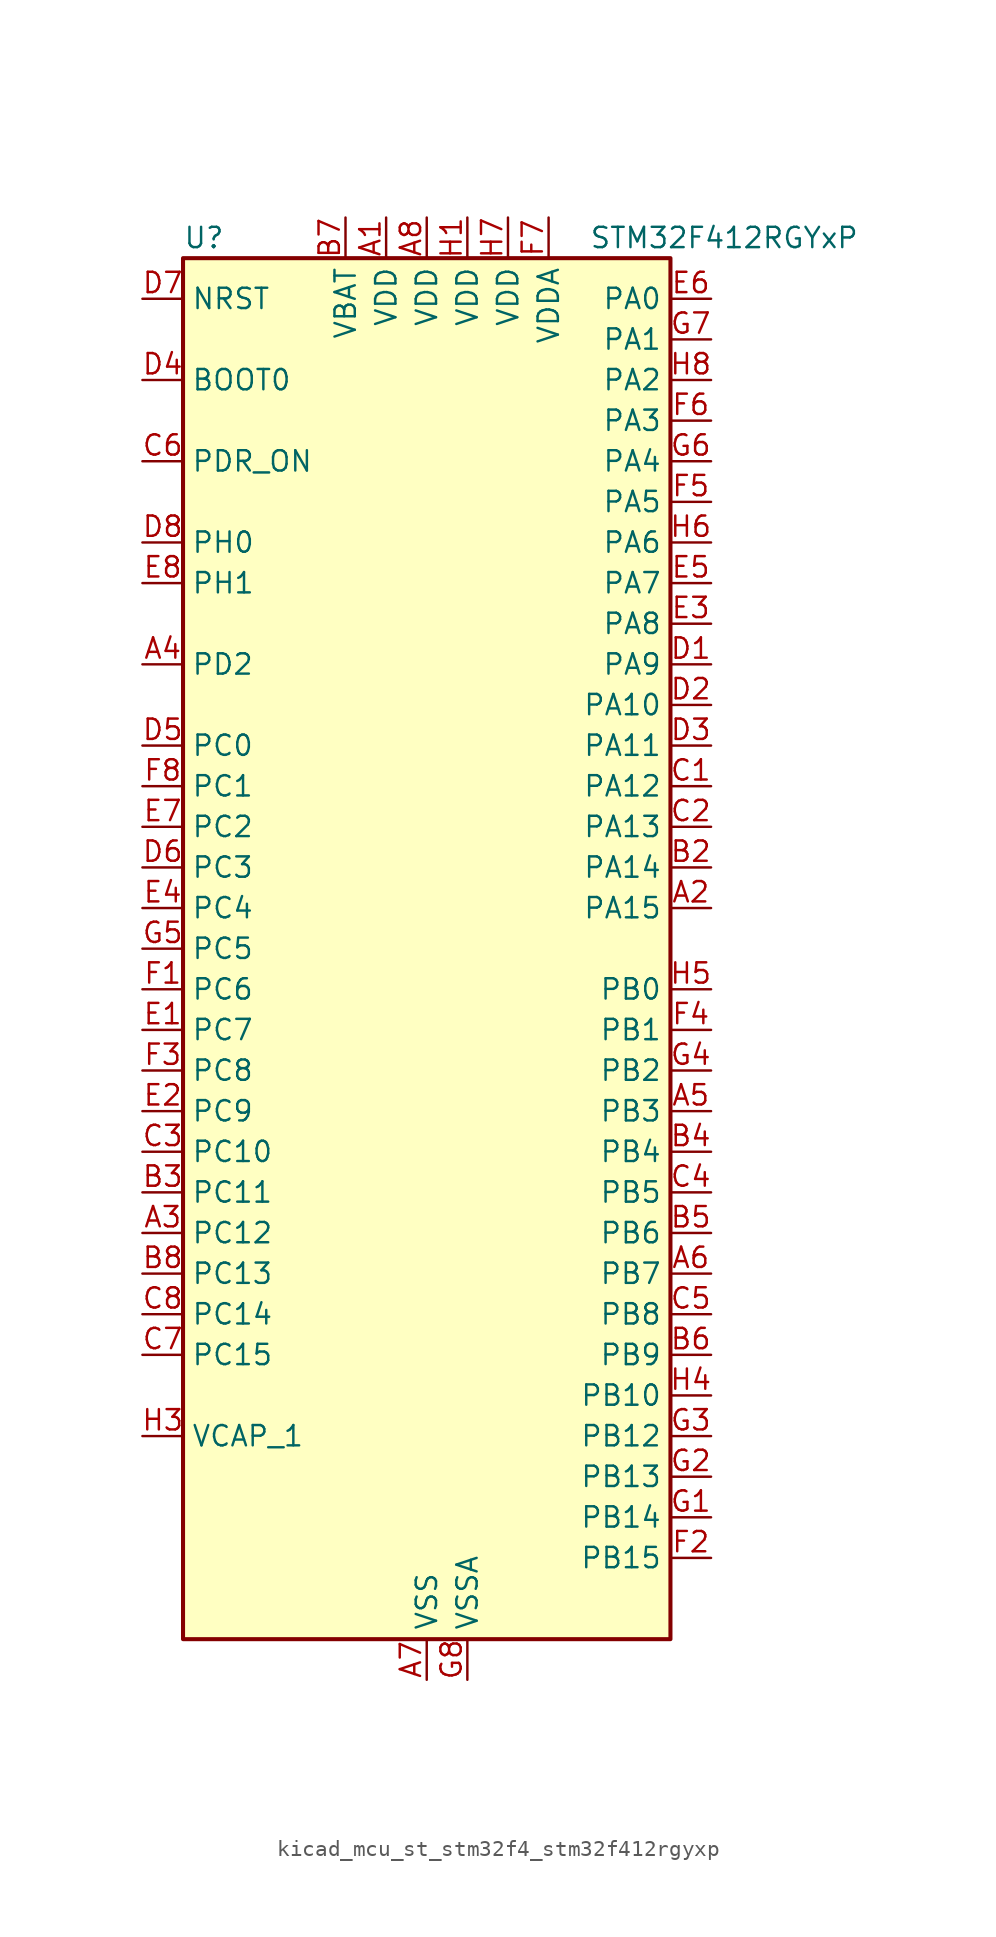
<source format=kicad_sym>
(kicad_symbol_lib
  (version 20220914)
  (generator kicad_symbol_editor)
  (symbol "kicad_mcu_st_stm32f4_stm32f412rgyxp"
    (property "Reference" "U"
      (at -15.24 44.45 0)
      (effects (font (size 1.27 1.27)) (justify left)))
    (property "Value" "STM32F412RGYxP"
      (at 10.16 44.45 0)
      (effects (font (size 1.27 1.27)) (justify left)))
    (property "ki_locked" ""
      (at 0 0 0)
      (effects (font (size 1.27 1.27))))
    (symbol "kicad_mcu_st_stm32f4_stm32f412rgyxp_0_1"
      (rectangle (start -15.24 -43.18) (end 15.24 43.18) (stroke (width 0.254) (type default)) (fill (type background))))
    (symbol "kicad_mcu_st_stm32f4_stm32f412rgyxp_1_1"
      (pin power_in line (at -2.54 45.72 270) (length 2.54) (name "VDD" (effects (font (size 1.27 1.27)))) (number "A1" (effects (font (size 1.27 1.27)))))
      (pin bidirectional line (at 17.78 2.54 180) (length 2.54) (name "PA15" (effects (font (size 1.27 1.27)))) (number "A2" (effects (font (size 1.27 1.27)))) (alternate "ADC1_EXTI15" bidirectional line) (alternate "I2S1_WS" bidirectional line) (alternate "I2S3_WS" bidirectional line) (alternate "SPI1_NSS" bidirectional line) (alternate "SPI3_NSS" bidirectional line) (alternate "SYS_JTDI" bidirectional line) (alternate "TIM2_CH1" bidirectional line) (alternate "TIM2_ETR" bidirectional line) (alternate "USART1_TX" bidirectional line))
      (pin bidirectional line (at -17.78 -17.78 0) (length 2.54) (name "PC12" (effects (font (size 1.27 1.27)))) (number "A3" (effects (font (size 1.27 1.27)))) (alternate "FSMC_D3" bidirectional line) (alternate "FSMC_DA3" bidirectional line) (alternate "I2S3_SD" bidirectional line) (alternate "SDIO_CK" bidirectional line) (alternate "SPI3_MOSI" bidirectional line) (alternate "USART3_CK" bidirectional line))
      (pin bidirectional line (at -17.78 17.78 0) (length 2.54) (name "PD2" (effects (font (size 1.27 1.27)))) (number "A4" (effects (font (size 1.27 1.27)))) (alternate "FSMC_NWE" bidirectional line) (alternate "SDIO_CMD" bidirectional line) (alternate "TIM3_ETR" bidirectional line))
      (pin bidirectional line (at 17.78 -10.16 180) (length 2.54) (name "PB3" (effects (font (size 1.27 1.27)))) (number "A5" (effects (font (size 1.27 1.27)))) (alternate "FMPI2C1_SDA" bidirectional line) (alternate "I2C2_SDA" bidirectional line) (alternate "I2S1_CK" bidirectional line) (alternate "I2S3_CK" bidirectional line) (alternate "SPI1_SCK" bidirectional line) (alternate "SPI3_SCK" bidirectional line) (alternate "SYS_JTDO-SWO" bidirectional line) (alternate "TIM2_CH2" bidirectional line) (alternate "USART1_RX" bidirectional line))
      (pin bidirectional line (at 17.78 -20.32 180) (length 2.54) (name "PB7" (effects (font (size 1.27 1.27)))) (number "A6" (effects (font (size 1.27 1.27)))) (alternate "FSMC_NL" bidirectional line) (alternate "I2C1_SDA" bidirectional line) (alternate "TIM4_CH2" bidirectional line) (alternate "USART1_RX" bidirectional line))
      (pin power_in line (at 0 -45.72 90) (length 2.54) (name "VSS" (effects (font (size 1.27 1.27)))) (number "A7" (effects (font (size 1.27 1.27)))))
      (pin power_in line (at 0 45.72 270) (length 2.54) (name "VDD" (effects (font (size 1.27 1.27)))) (number "A8" (effects (font (size 1.27 1.27)))))
      (pin passive line (at 0 -45.72 90) (length 2.54) hide (name "VSS" (effects (font (size 1.27 1.27)))) (number "B1" (effects (font (size 1.27 1.27)))))
      (pin bidirectional line (at 17.78 5.08 180) (length 2.54) (name "PA14" (effects (font (size 1.27 1.27)))) (number "B2" (effects (font (size 1.27 1.27)))) (alternate "SYS_JTCK-SWCLK" bidirectional line))
      (pin bidirectional line (at -17.78 -15.24 0) (length 2.54) (name "PC11" (effects (font (size 1.27 1.27)))) (number "B3" (effects (font (size 1.27 1.27)))) (alternate "ADC1_EXTI11" bidirectional line) (alternate "FSMC_D2" bidirectional line) (alternate "FSMC_DA2" bidirectional line) (alternate "I2S3_ext_SD" bidirectional line) (alternate "QUADSPI_BK2_NCS" bidirectional line) (alternate "SDIO_D3" bidirectional line) (alternate "SPI3_MISO" bidirectional line) (alternate "USART3_RX" bidirectional line))
      (pin bidirectional line (at 17.78 -12.7 180) (length 2.54) (name "PB4" (effects (font (size 1.27 1.27)))) (number "B4" (effects (font (size 1.27 1.27)))) (alternate "I2C3_SDA" bidirectional line) (alternate "I2S3_ext_SD" bidirectional line) (alternate "SDIO_D0" bidirectional line) (alternate "SPI1_MISO" bidirectional line) (alternate "SPI3_MISO" bidirectional line) (alternate "SYS_JTRST" bidirectional line) (alternate "TIM3_CH1" bidirectional line))
      (pin bidirectional line (at 17.78 -17.78 180) (length 2.54) (name "PB6" (effects (font (size 1.27 1.27)))) (number "B5" (effects (font (size 1.27 1.27)))) (alternate "CAN2_TX" bidirectional line) (alternate "I2C1_SCL" bidirectional line) (alternate "QUADSPI_BK1_NCS" bidirectional line) (alternate "SDIO_D0" bidirectional line) (alternate "TIM4_CH1" bidirectional line) (alternate "USART1_TX" bidirectional line))
      (pin bidirectional line (at 17.78 -25.4 180) (length 2.54) (name "PB9" (effects (font (size 1.27 1.27)))) (number "B6" (effects (font (size 1.27 1.27)))) (alternate "CAN1_TX" bidirectional line) (alternate "I2C1_SDA" bidirectional line) (alternate "I2C2_SDA" bidirectional line) (alternate "I2S2_WS" bidirectional line) (alternate "SDIO_D5" bidirectional line) (alternate "SPI2_NSS" bidirectional line) (alternate "TIM11_CH1" bidirectional line) (alternate "TIM4_CH4" bidirectional line))
      (pin power_in line (at -5.08 45.72 270) (length 2.54) (name "VBAT" (effects (font (size 1.27 1.27)))) (number "B7" (effects (font (size 1.27 1.27)))))
      (pin bidirectional line (at -17.78 -20.32 0) (length 2.54) (name "PC13" (effects (font (size 1.27 1.27)))) (number "B8" (effects (font (size 1.27 1.27)))) (alternate "RTC_AF1" bidirectional line))
      (pin bidirectional line (at 17.78 10.16 180) (length 2.54) (name "PA12" (effects (font (size 1.27 1.27)))) (number "C1" (effects (font (size 1.27 1.27)))) (alternate "CAN1_TX" bidirectional line) (alternate "SPI5_MISO" bidirectional line) (alternate "TIM1_ETR" bidirectional line) (alternate "USART1_RTS" bidirectional line) (alternate "USART6_RX" bidirectional line) (alternate "USB_OTG_FS_DP" bidirectional line))
      (pin bidirectional line (at 17.78 7.62 180) (length 2.54) (name "PA13" (effects (font (size 1.27 1.27)))) (number "C2" (effects (font (size 1.27 1.27)))) (alternate "SYS_JTMS-SWDIO" bidirectional line))
      (pin bidirectional line (at -17.78 -12.7 0) (length 2.54) (name "PC10" (effects (font (size 1.27 1.27)))) (number "C3" (effects (font (size 1.27 1.27)))) (alternate "I2S3_CK" bidirectional line) (alternate "QUADSPI_BK1_IO1" bidirectional line) (alternate "SDIO_D2" bidirectional line) (alternate "SPI3_SCK" bidirectional line) (alternate "USART3_TX" bidirectional line))
      (pin bidirectional line (at 17.78 -15.24 180) (length 2.54) (name "PB5" (effects (font (size 1.27 1.27)))) (number "C4" (effects (font (size 1.27 1.27)))) (alternate "CAN2_RX" bidirectional line) (alternate "I2C1_SMBA" bidirectional line) (alternate "I2S1_SD" bidirectional line) (alternate "I2S3_SD" bidirectional line) (alternate "SDIO_D3" bidirectional line) (alternate "SPI1_MOSI" bidirectional line) (alternate "SPI3_MOSI" bidirectional line) (alternate "TIM3_CH2" bidirectional line))
      (pin bidirectional line (at 17.78 -22.86 180) (length 2.54) (name "PB8" (effects (font (size 1.27 1.27)))) (number "C5" (effects (font (size 1.27 1.27)))) (alternate "CAN1_RX" bidirectional line) (alternate "I2C1_SCL" bidirectional line) (alternate "I2C3_SDA" bidirectional line) (alternate "I2S5_SD" bidirectional line) (alternate "SDIO_D4" bidirectional line) (alternate "SPI5_MOSI" bidirectional line) (alternate "TIM10_CH1" bidirectional line) (alternate "TIM4_CH3" bidirectional line))
      (pin input line (at -17.78 30.48 0) (length 2.54) (name "PDR_ON" (effects (font (size 1.27 1.27)))) (number "C6" (effects (font (size 1.27 1.27)))))
      (pin bidirectional line (at -17.78 -25.4 0) (length 2.54) (name "PC15" (effects (font (size 1.27 1.27)))) (number "C7" (effects (font (size 1.27 1.27)))) (alternate "ADC1_EXTI15" bidirectional line) (alternate "RCC_OSC32_OUT" bidirectional line))
      (pin bidirectional line (at -17.78 -22.86 0) (length 2.54) (name "PC14" (effects (font (size 1.27 1.27)))) (number "C8" (effects (font (size 1.27 1.27)))) (alternate "RCC_OSC32_IN" bidirectional line))
      (pin bidirectional line (at 17.78 17.78 180) (length 2.54) (name "PA9" (effects (font (size 1.27 1.27)))) (number "D1" (effects (font (size 1.27 1.27)))) (alternate "I2C3_SMBA" bidirectional line) (alternate "SDIO_D2" bidirectional line) (alternate "TIM1_CH2" bidirectional line) (alternate "USART1_TX" bidirectional line) (alternate "USB_OTG_FS_VBUS" bidirectional line))
      (pin bidirectional line (at 17.78 15.24 180) (length 2.54) (name "PA10" (effects (font (size 1.27 1.27)))) (number "D2" (effects (font (size 1.27 1.27)))) (alternate "I2S5_SD" bidirectional line) (alternate "SPI5_MOSI" bidirectional line) (alternate "TIM1_CH3" bidirectional line) (alternate "USART1_RX" bidirectional line) (alternate "USB_OTG_FS_ID" bidirectional line))
      (pin bidirectional line (at 17.78 12.7 180) (length 2.54) (name "PA11" (effects (font (size 1.27 1.27)))) (number "D3" (effects (font (size 1.27 1.27)))) (alternate "ADC1_EXTI11" bidirectional line) (alternate "CAN1_RX" bidirectional line) (alternate "SPI4_MISO" bidirectional line) (alternate "TIM1_CH4" bidirectional line) (alternate "USART1_CTS" bidirectional line) (alternate "USART6_TX" bidirectional line) (alternate "USB_OTG_FS_DM" bidirectional line))
      (pin input line (at -17.78 35.56 0) (length 2.54) (name "BOOT0" (effects (font (size 1.27 1.27)))) (number "D4" (effects (font (size 1.27 1.27)))))
      (pin bidirectional line (at -17.78 12.7 0) (length 2.54) (name "PC0" (effects (font (size 1.27 1.27)))) (number "D5" (effects (font (size 1.27 1.27)))) (alternate "ADC1_IN10" bidirectional line) (alternate "SYS_WKUP2" bidirectional line))
      (pin bidirectional line (at -17.78 5.08 0) (length 2.54) (name "PC3" (effects (font (size 1.27 1.27)))) (number "D6" (effects (font (size 1.27 1.27)))) (alternate "ADC1_IN13" bidirectional line) (alternate "FSMC_A0" bidirectional line) (alternate "I2S2_SD" bidirectional line) (alternate "SPI2_MOSI" bidirectional line))
      (pin input line (at -17.78 40.64 0) (length 2.54) (name "NRST" (effects (font (size 1.27 1.27)))) (number "D7" (effects (font (size 1.27 1.27)))))
      (pin bidirectional line (at -17.78 25.4 0) (length 2.54) (name "PH0" (effects (font (size 1.27 1.27)))) (number "D8" (effects (font (size 1.27 1.27)))) (alternate "RCC_OSC_IN" bidirectional line))
      (pin bidirectional line (at -17.78 -5.08 0) (length 2.54) (name "PC7" (effects (font (size 1.27 1.27)))) (number "E1" (effects (font (size 1.27 1.27)))) (alternate "DFSDM1_DATIN3" bidirectional line) (alternate "FMPI2C1_SDA" bidirectional line) (alternate "I2S2_CK" bidirectional line) (alternate "I2S3_MCK" bidirectional line) (alternate "SDIO_D7" bidirectional line) (alternate "SPI2_SCK" bidirectional line) (alternate "TIM3_CH2" bidirectional line) (alternate "TIM8_CH2" bidirectional line) (alternate "USART6_RX" bidirectional line))
      (pin bidirectional line (at -17.78 -10.16 0) (length 2.54) (name "PC9" (effects (font (size 1.27 1.27)))) (number "E2" (effects (font (size 1.27 1.27)))) (alternate "I2C3_SDA" bidirectional line) (alternate "I2S_CKIN" bidirectional line) (alternate "QUADSPI_BK1_IO0" bidirectional line) (alternate "RCC_MCO_2" bidirectional line) (alternate "SDIO_D1" bidirectional line) (alternate "TIM3_CH4" bidirectional line) (alternate "TIM8_CH4" bidirectional line))
      (pin bidirectional line (at 17.78 20.32 180) (length 2.54) (name "PA8" (effects (font (size 1.27 1.27)))) (number "E3" (effects (font (size 1.27 1.27)))) (alternate "I2C3_SCL" bidirectional line) (alternate "RCC_MCO_1" bidirectional line) (alternate "SDIO_D1" bidirectional line) (alternate "TIM1_CH1" bidirectional line) (alternate "USART1_CK" bidirectional line) (alternate "USB_OTG_FS_SOF" bidirectional line))
      (pin bidirectional line (at -17.78 2.54 0) (length 2.54) (name "PC4" (effects (font (size 1.27 1.27)))) (number "E4" (effects (font (size 1.27 1.27)))) (alternate "ADC1_IN14" bidirectional line) (alternate "FSMC_NE4" bidirectional line) (alternate "I2S1_MCK" bidirectional line) (alternate "QUADSPI_BK2_IO2" bidirectional line))
      (pin bidirectional line (at 17.78 22.86 180) (length 2.54) (name "PA7" (effects (font (size 1.27 1.27)))) (number "E5" (effects (font (size 1.27 1.27)))) (alternate "ADC1_IN7" bidirectional line) (alternate "I2S1_SD" bidirectional line) (alternate "QUADSPI_BK2_IO1" bidirectional line) (alternate "SPI1_MOSI" bidirectional line) (alternate "TIM14_CH1" bidirectional line) (alternate "TIM1_CH1N" bidirectional line) (alternate "TIM3_CH2" bidirectional line) (alternate "TIM8_CH1N" bidirectional line))
      (pin bidirectional line (at 17.78 40.64 180) (length 2.54) (name "PA0" (effects (font (size 1.27 1.27)))) (number "E6" (effects (font (size 1.27 1.27)))) (alternate "ADC1_IN0" bidirectional line) (alternate "SYS_WKUP1" bidirectional line) (alternate "TIM2_CH1" bidirectional line) (alternate "TIM2_ETR" bidirectional line) (alternate "TIM5_CH1" bidirectional line) (alternate "TIM8_ETR" bidirectional line) (alternate "USART2_CTS" bidirectional line))
      (pin bidirectional line (at -17.78 7.62 0) (length 2.54) (name "PC2" (effects (font (size 1.27 1.27)))) (number "E7" (effects (font (size 1.27 1.27)))) (alternate "ADC1_IN12" bidirectional line) (alternate "DFSDM1_CKOUT" bidirectional line) (alternate "FSMC_NWE" bidirectional line) (alternate "I2S2_ext_SD" bidirectional line) (alternate "SPI2_MISO" bidirectional line))
      (pin bidirectional line (at -17.78 22.86 0) (length 2.54) (name "PH1" (effects (font (size 1.27 1.27)))) (number "E8" (effects (font (size 1.27 1.27)))) (alternate "RCC_OSC_OUT" bidirectional line))
      (pin bidirectional line (at -17.78 -2.54 0) (length 2.54) (name "PC6" (effects (font (size 1.27 1.27)))) (number "F1" (effects (font (size 1.27 1.27)))) (alternate "DFSDM1_CKIN3" bidirectional line) (alternate "FMPI2C1_SCL" bidirectional line) (alternate "FSMC_D1" bidirectional line) (alternate "FSMC_DA1" bidirectional line) (alternate "I2S2_MCK" bidirectional line) (alternate "SDIO_D6" bidirectional line) (alternate "TIM3_CH1" bidirectional line) (alternate "TIM8_CH1" bidirectional line) (alternate "USART6_TX" bidirectional line))
      (pin bidirectional line (at 17.78 -38.1 180) (length 2.54) (name "PB15" (effects (font (size 1.27 1.27)))) (number "F2" (effects (font (size 1.27 1.27)))) (alternate "ADC1_EXTI15" bidirectional line) (alternate "DFSDM1_CKIN2" bidirectional line) (alternate "FMPI2C1_SCL" bidirectional line) (alternate "I2S2_SD" bidirectional line) (alternate "RTC_REFIN" bidirectional line) (alternate "SDIO_CK" bidirectional line) (alternate "SPI2_MOSI" bidirectional line) (alternate "TIM12_CH2" bidirectional line) (alternate "TIM1_CH3N" bidirectional line) (alternate "TIM8_CH3N" bidirectional line))
      (pin bidirectional line (at -17.78 -7.62 0) (length 2.54) (name "PC8" (effects (font (size 1.27 1.27)))) (number "F3" (effects (font (size 1.27 1.27)))) (alternate "QUADSPI_BK1_IO2" bidirectional line) (alternate "SDIO_D0" bidirectional line) (alternate "TIM3_CH3" bidirectional line) (alternate "TIM8_CH3" bidirectional line) (alternate "USART6_CK" bidirectional line))
      (pin bidirectional line (at 17.78 -5.08 180) (length 2.54) (name "PB1" (effects (font (size 1.27 1.27)))) (number "F4" (effects (font (size 1.27 1.27)))) (alternate "ADC1_IN9" bidirectional line) (alternate "DFSDM1_DATIN0" bidirectional line) (alternate "I2S5_WS" bidirectional line) (alternate "QUADSPI_CLK" bidirectional line) (alternate "SPI5_NSS" bidirectional line) (alternate "TIM1_CH3N" bidirectional line) (alternate "TIM3_CH4" bidirectional line) (alternate "TIM8_CH3N" bidirectional line))
      (pin bidirectional line (at 17.78 27.94 180) (length 2.54) (name "PA5" (effects (font (size 1.27 1.27)))) (number "F5" (effects (font (size 1.27 1.27)))) (alternate "ADC1_IN5" bidirectional line) (alternate "DFSDM1_CKIN1" bidirectional line) (alternate "FSMC_D7" bidirectional line) (alternate "FSMC_DA7" bidirectional line) (alternate "I2S1_CK" bidirectional line) (alternate "SPI1_SCK" bidirectional line) (alternate "TIM2_CH1" bidirectional line) (alternate "TIM2_ETR" bidirectional line) (alternate "TIM8_CH1N" bidirectional line))
      (pin bidirectional line (at 17.78 33.02 180) (length 2.54) (name "PA3" (effects (font (size 1.27 1.27)))) (number "F6" (effects (font (size 1.27 1.27)))) (alternate "ADC1_IN3" bidirectional line) (alternate "FSMC_D5" bidirectional line) (alternate "FSMC_DA5" bidirectional line) (alternate "I2S2_MCK" bidirectional line) (alternate "TIM2_CH4" bidirectional line) (alternate "TIM5_CH4" bidirectional line) (alternate "TIM9_CH2" bidirectional line) (alternate "USART2_RX" bidirectional line))
      (pin power_in line (at 7.62 45.72 270) (length 2.54) (name "VDDA" (effects (font (size 1.27 1.27)))) (number "F7" (effects (font (size 1.27 1.27)))))
      (pin bidirectional line (at -17.78 10.16 0) (length 2.54) (name "PC1" (effects (font (size 1.27 1.27)))) (number "F8" (effects (font (size 1.27 1.27)))) (alternate "ADC1_IN11" bidirectional line) (alternate "SYS_WKUP3" bidirectional line))
      (pin bidirectional line (at 17.78 -35.56 180) (length 2.54) (name "PB14" (effects (font (size 1.27 1.27)))) (number "G1" (effects (font (size 1.27 1.27)))) (alternate "DFSDM1_DATIN2" bidirectional line) (alternate "FMPI2C1_SDA" bidirectional line) (alternate "FSMC_D0" bidirectional line) (alternate "FSMC_DA0" bidirectional line) (alternate "I2S2_ext_SD" bidirectional line) (alternate "SDIO_D6" bidirectional line) (alternate "SPI2_MISO" bidirectional line) (alternate "TIM12_CH1" bidirectional line) (alternate "TIM1_CH2N" bidirectional line) (alternate "TIM8_CH2N" bidirectional line) (alternate "USART3_RTS" bidirectional line))
      (pin bidirectional line (at 17.78 -33.02 180) (length 2.54) (name "PB13" (effects (font (size 1.27 1.27)))) (number "G2" (effects (font (size 1.27 1.27)))) (alternate "CAN2_TX" bidirectional line) (alternate "DFSDM1_CKIN1" bidirectional line) (alternate "FMPI2C1_SMBA" bidirectional line) (alternate "I2S2_CK" bidirectional line) (alternate "I2S4_CK" bidirectional line) (alternate "SPI2_SCK" bidirectional line) (alternate "SPI4_SCK" bidirectional line) (alternate "TIM1_CH1N" bidirectional line) (alternate "USART3_CTS" bidirectional line))
      (pin bidirectional line (at 17.78 -30.48 180) (length 2.54) (name "PB12" (effects (font (size 1.27 1.27)))) (number "G3" (effects (font (size 1.27 1.27)))) (alternate "CAN2_RX" bidirectional line) (alternate "DFSDM1_DATIN1" bidirectional line) (alternate "I2C2_SMBA" bidirectional line) (alternate "I2S2_WS" bidirectional line) (alternate "I2S3_CK" bidirectional line) (alternate "I2S4_WS" bidirectional line) (alternate "SPI2_NSS" bidirectional line) (alternate "SPI3_SCK" bidirectional line) (alternate "SPI4_NSS" bidirectional line) (alternate "TIM1_BKIN" bidirectional line) (alternate "USART3_CK" bidirectional line))
      (pin bidirectional line (at 17.78 -7.62 180) (length 2.54) (name "PB2" (effects (font (size 1.27 1.27)))) (number "G4" (effects (font (size 1.27 1.27)))) (alternate "DFSDM1_CKIN0" bidirectional line) (alternate "QUADSPI_CLK" bidirectional line))
      (pin bidirectional line (at -17.78 0 0) (length 2.54) (name "PC5" (effects (font (size 1.27 1.27)))) (number "G5" (effects (font (size 1.27 1.27)))) (alternate "ADC1_IN15" bidirectional line) (alternate "FMPI2C1_SMBA" bidirectional line) (alternate "FSMC_NOE" bidirectional line) (alternate "QUADSPI_BK2_IO3" bidirectional line) (alternate "USART3_RX" bidirectional line))
      (pin bidirectional line (at 17.78 30.48 180) (length 2.54) (name "PA4" (effects (font (size 1.27 1.27)))) (number "G6" (effects (font (size 1.27 1.27)))) (alternate "ADC1_IN4" bidirectional line) (alternate "DFSDM1_DATIN1" bidirectional line) (alternate "FSMC_D6" bidirectional line) (alternate "FSMC_DA6" bidirectional line) (alternate "I2S1_WS" bidirectional line) (alternate "I2S3_WS" bidirectional line) (alternate "SPI1_NSS" bidirectional line) (alternate "SPI3_NSS" bidirectional line) (alternate "USART2_CK" bidirectional line))
      (pin bidirectional line (at 17.78 38.1 180) (length 2.54) (name "PA1" (effects (font (size 1.27 1.27)))) (number "G7" (effects (font (size 1.27 1.27)))) (alternate "ADC1_IN1" bidirectional line) (alternate "I2S4_SD" bidirectional line) (alternate "QUADSPI_BK1_IO3" bidirectional line) (alternate "SPI4_MOSI" bidirectional line) (alternate "TIM2_CH2" bidirectional line) (alternate "TIM5_CH2" bidirectional line) (alternate "USART2_RTS" bidirectional line))
      (pin power_in line (at 2.54 -45.72 90) (length 2.54) (name "VSSA" (effects (font (size 1.27 1.27)))) (number "G8" (effects (font (size 1.27 1.27)))))
      (pin power_in line (at 2.54 45.72 270) (length 2.54) (name "VDD" (effects (font (size 1.27 1.27)))) (number "H1" (effects (font (size 1.27 1.27)))))
      (pin passive line (at 0 -45.72 90) (length 2.54) hide (name "VSS" (effects (font (size 1.27 1.27)))) (number "H2" (effects (font (size 1.27 1.27)))))
      (pin power_out line (at -17.78 -30.48 0) (length 2.54) (name "VCAP_1" (effects (font (size 1.27 1.27)))) (number "H3" (effects (font (size 1.27 1.27)))))
      (pin bidirectional line (at 17.78 -27.94 180) (length 2.54) (name "PB10" (effects (font (size 1.27 1.27)))) (number "H4" (effects (font (size 1.27 1.27)))) (alternate "FMPI2C1_SCL" bidirectional line) (alternate "I2C2_SCL" bidirectional line) (alternate "I2S2_CK" bidirectional line) (alternate "I2S3_MCK" bidirectional line) (alternate "SDIO_D7" bidirectional line) (alternate "SPI2_SCK" bidirectional line) (alternate "TIM2_CH3" bidirectional line) (alternate "USART3_TX" bidirectional line))
      (pin bidirectional line (at 17.78 -2.54 180) (length 2.54) (name "PB0" (effects (font (size 1.27 1.27)))) (number "H5" (effects (font (size 1.27 1.27)))) (alternate "ADC1_IN8" bidirectional line) (alternate "I2S5_CK" bidirectional line) (alternate "SPI5_SCK" bidirectional line) (alternate "TIM1_CH2N" bidirectional line) (alternate "TIM3_CH3" bidirectional line) (alternate "TIM8_CH2N" bidirectional line))
      (pin bidirectional line (at 17.78 25.4 180) (length 2.54) (name "PA6" (effects (font (size 1.27 1.27)))) (number "H6" (effects (font (size 1.27 1.27)))) (alternate "ADC1_IN6" bidirectional line) (alternate "I2S2_MCK" bidirectional line) (alternate "QUADSPI_BK2_IO0" bidirectional line) (alternate "SDIO_CMD" bidirectional line) (alternate "SPI1_MISO" bidirectional line) (alternate "TIM13_CH1" bidirectional line) (alternate "TIM1_BKIN" bidirectional line) (alternate "TIM3_CH1" bidirectional line) (alternate "TIM8_BKIN" bidirectional line))
      (pin power_in line (at 5.08 45.72 270) (length 2.54) (name "VDD" (effects (font (size 1.27 1.27)))) (number "H7" (effects (font (size 1.27 1.27)))))
      (pin bidirectional line (at 17.78 35.56 180) (length 2.54) (name "PA2" (effects (font (size 1.27 1.27)))) (number "H8" (effects (font (size 1.27 1.27)))) (alternate "ADC1_IN2" bidirectional line) (alternate "FSMC_D4" bidirectional line) (alternate "FSMC_DA4" bidirectional line) (alternate "I2S_CKIN" bidirectional line) (alternate "TIM2_CH3" bidirectional line) (alternate "TIM5_CH3" bidirectional line) (alternate "TIM9_CH1" bidirectional line) (alternate "USART2_TX" bidirectional line)))))
</source>
